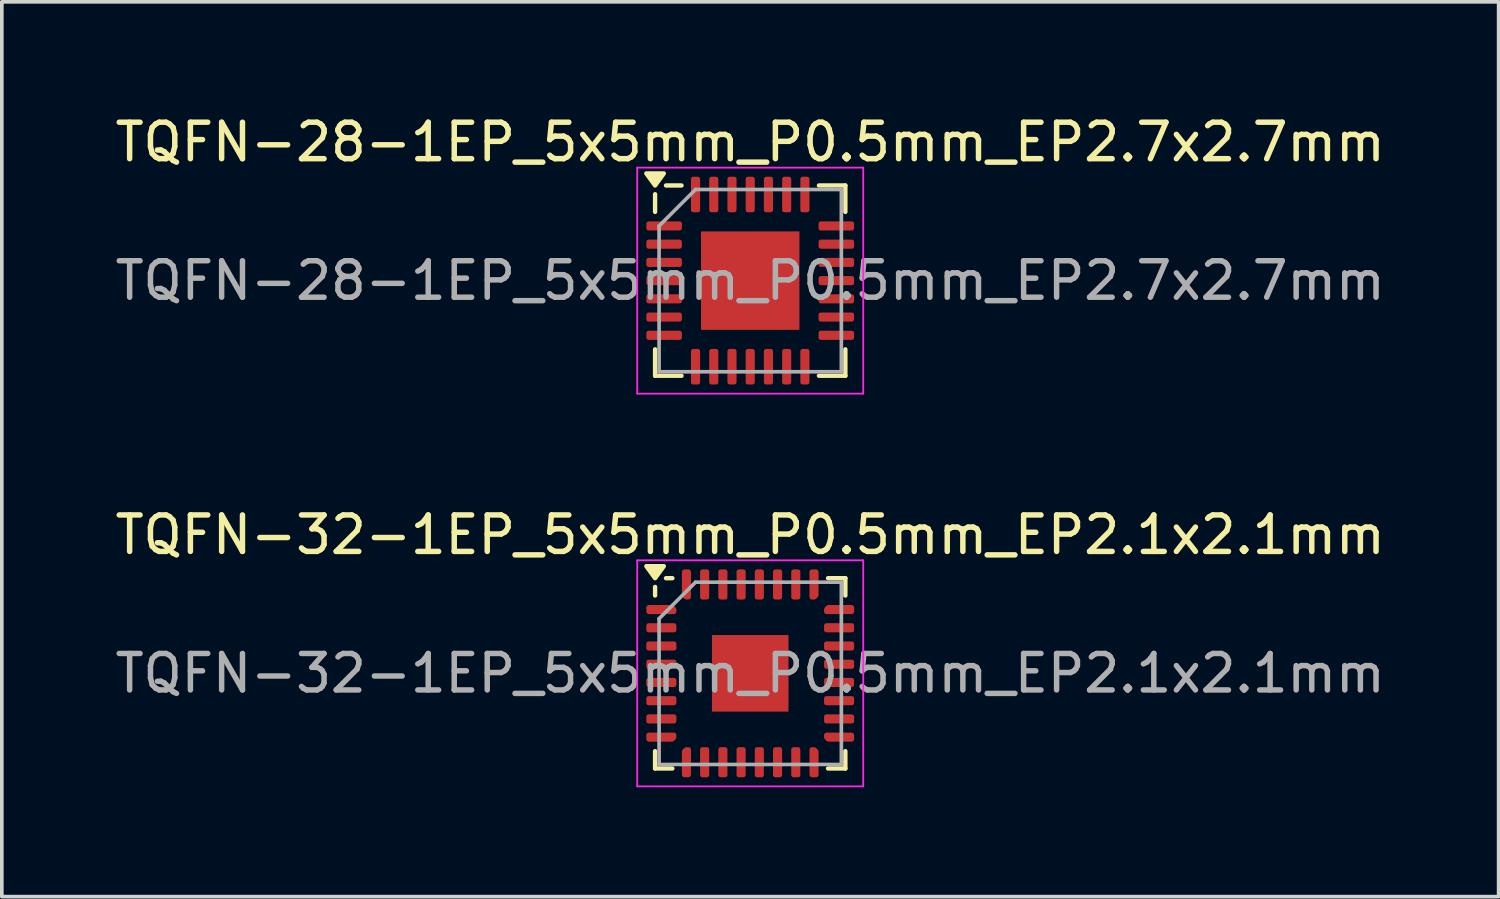
<source format=kicad_pcb>
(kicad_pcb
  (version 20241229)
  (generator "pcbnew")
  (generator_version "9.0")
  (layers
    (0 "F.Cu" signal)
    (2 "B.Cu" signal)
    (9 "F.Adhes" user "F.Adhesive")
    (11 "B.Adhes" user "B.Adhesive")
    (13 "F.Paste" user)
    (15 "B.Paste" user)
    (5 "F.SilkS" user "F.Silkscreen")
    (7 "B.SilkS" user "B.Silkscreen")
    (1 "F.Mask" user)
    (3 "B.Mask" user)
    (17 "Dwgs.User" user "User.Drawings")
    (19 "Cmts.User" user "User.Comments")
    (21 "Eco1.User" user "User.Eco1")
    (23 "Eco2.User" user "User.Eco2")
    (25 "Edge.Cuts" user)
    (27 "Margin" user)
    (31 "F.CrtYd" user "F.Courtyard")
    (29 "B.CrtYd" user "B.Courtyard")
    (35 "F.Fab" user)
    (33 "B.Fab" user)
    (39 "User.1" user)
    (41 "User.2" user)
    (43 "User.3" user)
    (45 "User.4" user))
  (footprint "TQFN-28-1EP_5x5mm_P0.5mm_EP2.7x2.7mm"
    (layer "F.Cu")
    (at 17.53 4.648)
    (property "Reference" "TQFN-28-1EP_5x5mm_P0.5mm_EP2.7x2.7mm" (at 0 -3.8 0) (layer "F.SilkS") (effects (font (size 1 1) (thickness 0.15))))
    (attr smd)
    (fp_line (start -2.61 -1.885) (end -2.61 -2.37) (stroke (width 0.12) (type solid)) (layer "F.SilkS"))
    (fp_line (start -2.61 2.61) (end -2.61 1.885) (stroke (width 0.12) (type solid)) (layer "F.SilkS"))
    (fp_line (start -1.885 -2.61) (end -2.31 -2.61) (stroke (width 0.12) (type solid)) (layer "F.SilkS"))
    (fp_line (start -1.885 2.61) (end -2.61 2.61) (stroke (width 0.12) (type solid)) (layer "F.SilkS"))
    (fp_line (start 1.885 -2.61) (end 2.61 -2.61) (stroke (width 0.12) (type solid)) (layer "F.SilkS"))
    (fp_line (start 1.885 2.61) (end 2.61 2.61) (stroke (width 0.12) (type solid)) (layer "F.SilkS"))
    (fp_line (start 2.61 -2.61) (end 2.61 -1.885) (stroke (width 0.12) (type solid)) (layer "F.SilkS"))
    (fp_line (start 2.61 2.61) (end 2.61 1.885) (stroke (width 0.12) (type solid)) (layer "F.SilkS"))
    (fp_poly (pts (xy -2.61 -2.61) (xy -2.85 -2.94) (xy -2.37 -2.94) (xy -2.61 -2.61)) (stroke (width 0.12) (type solid)) (fill yes) (layer "F.SilkS"))
    (fp_line (start -3.1 -3.1) (end -3.1 3.1) (stroke (width 0.05) (type solid)) (layer "F.CrtYd"))
    (fp_line (start -3.1 3.1) (end 3.1 3.1) (stroke (width 0.05) (type solid)) (layer "F.CrtYd"))
    (fp_line (start 3.1 -3.1) (end -3.1 -3.1) (stroke (width 0.05) (type solid)) (layer "F.CrtYd"))
    (fp_line (start 3.1 3.1) (end 3.1 -3.1) (stroke (width 0.05) (type solid)) (layer "F.CrtYd"))
    (fp_line (start -2.5 -1.5) (end -1.5 -2.5) (stroke (width 0.1) (type solid)) (layer "F.Fab"))
    (fp_line (start -2.5 2.5) (end -2.5 -1.5) (stroke (width 0.1) (type solid)) (layer "F.Fab"))
    (fp_line (start -1.5 -2.5) (end 2.5 -2.5) (stroke (width 0.1) (type solid)) (layer "F.Fab"))
    (fp_line (start 2.5 -2.5) (end 2.5 2.5) (stroke (width 0.1) (type solid)) (layer "F.Fab"))
    (fp_line (start 2.5 2.5) (end -2.5 2.5) (stroke (width 0.1) (type solid)) (layer "F.Fab"))
    (fp_text user "${REFERENCE}" (at 0 0 0) (layer "F.Fab") (effects (font (size 1 1) (thickness 0.15))))
    (pad "" smd roundrect (at -0.675 -0.675) (size 1.09 1.09) (layers "F.Paste") (roundrect_rratio 0.229))
    (pad "" smd roundrect (at -0.675 0.675) (size 1.09 1.09) (layers "F.Paste") (roundrect_rratio 0.229))
    (pad "" smd roundrect (at 0.675 -0.675) (size 1.09 1.09) (layers "F.Paste") (roundrect_rratio 0.229))
    (pad "" smd roundrect (at 0.675 0.675) (size 1.09 1.09) (layers "F.Paste") (roundrect_rratio 0.229))
    (pad "1" smd roundrect (at -2.362 -1.5) (size 0.975 0.25) (layers "F.Cu" "F.Mask" "F.Paste") (roundrect_rratio 0.25))
    (pad "2" smd roundrect (at -2.362 -1) (size 0.975 0.25) (layers "F.Cu" "F.Mask" "F.Paste") (roundrect_rratio 0.25))
    (pad "3" smd roundrect (at -2.362 -0.5) (size 0.975 0.25) (layers "F.Cu" "F.Mask" "F.Paste") (roundrect_rratio 0.25))
    (pad "4" smd roundrect (at -2.362 0) (size 0.975 0.25) (layers "F.Cu" "F.Mask" "F.Paste") (roundrect_rratio 0.25))
    (pad "5" smd roundrect (at -2.362 0.5) (size 0.975 0.25) (layers "F.Cu" "F.Mask" "F.Paste") (roundrect_rratio 0.25))
    (pad "6" smd roundrect (at -2.362 1) (size 0.975 0.25) (layers "F.Cu" "F.Mask" "F.Paste") (roundrect_rratio 0.25))
    (pad "7" smd roundrect (at -2.362 1.5) (size 0.975 0.25) (layers "F.Cu" "F.Mask" "F.Paste") (roundrect_rratio 0.25))
    (pad "8" smd roundrect (at -1.5 2.362) (size 0.25 0.975) (layers "F.Cu" "F.Mask" "F.Paste") (roundrect_rratio 0.25))
    (pad "9" smd roundrect (at -1 2.362) (size 0.25 0.975) (layers "F.Cu" "F.Mask" "F.Paste") (roundrect_rratio 0.25))
    (pad "10" smd roundrect (at -0.5 2.362) (size 0.25 0.975) (layers "F.Cu" "F.Mask" "F.Paste") (roundrect_rratio 0.25))
    (pad "11" smd roundrect (at 0 2.362) (size 0.25 0.975) (layers "F.Cu" "F.Mask" "F.Paste") (roundrect_rratio 0.25))
    (pad "12" smd roundrect (at 0.5 2.362) (size 0.25 0.975) (layers "F.Cu" "F.Mask" "F.Paste") (roundrect_rratio 0.25))
    (pad "13" smd roundrect (at 1 2.362) (size 0.25 0.975) (layers "F.Cu" "F.Mask" "F.Paste") (roundrect_rratio 0.25))
    (pad "14" smd roundrect (at 1.5 2.362) (size 0.25 0.975) (layers "F.Cu" "F.Mask" "F.Paste") (roundrect_rratio 0.25))
    (pad "15" smd roundrect (at 2.362 1.5) (size 0.975 0.25) (layers "F.Cu" "F.Mask" "F.Paste") (roundrect_rratio 0.25))
    (pad "16" smd roundrect (at 2.362 1) (size 0.975 0.25) (layers "F.Cu" "F.Mask" "F.Paste") (roundrect_rratio 0.25))
    (pad "17" smd roundrect (at 2.362 0.5) (size 0.975 0.25) (layers "F.Cu" "F.Mask" "F.Paste") (roundrect_rratio 0.25))
    (pad "18" smd roundrect (at 2.362 0) (size 0.975 0.25) (layers "F.Cu" "F.Mask" "F.Paste") (roundrect_rratio 0.25))
    (pad "19" smd roundrect (at 2.362 -0.5) (size 0.975 0.25) (layers "F.Cu" "F.Mask" "F.Paste") (roundrect_rratio 0.25))
    (pad "20" smd roundrect (at 2.362 -1) (size 0.975 0.25) (layers "F.Cu" "F.Mask" "F.Paste") (roundrect_rratio 0.25))
    (pad "21" smd roundrect (at 2.362 -1.5) (size 0.975 0.25) (layers "F.Cu" "F.Mask" "F.Paste") (roundrect_rratio 0.25))
    (pad "22" smd roundrect (at 1.5 -2.362) (size 0.25 0.975) (layers "F.Cu" "F.Mask" "F.Paste") (roundrect_rratio 0.25))
    (pad "23" smd roundrect (at 1 -2.362) (size 0.25 0.975) (layers "F.Cu" "F.Mask" "F.Paste") (roundrect_rratio 0.25))
    (pad "24" smd roundrect (at 0.5 -2.362) (size 0.25 0.975) (layers "F.Cu" "F.Mask" "F.Paste") (roundrect_rratio 0.25))
    (pad "25" smd roundrect (at 0 -2.362) (size 0.25 0.975) (layers "F.Cu" "F.Mask" "F.Paste") (roundrect_rratio 0.25))
    (pad "26" smd roundrect (at -0.5 -2.362) (size 0.25 0.975) (layers "F.Cu" "F.Mask" "F.Paste") (roundrect_rratio 0.25))
    (pad "27" smd roundrect (at -1 -2.362) (size 0.25 0.975) (layers "F.Cu" "F.Mask" "F.Paste") (roundrect_rratio 0.25))
    (pad "28" smd roundrect (at -1.5 -2.362) (size 0.25 0.975) (layers "F.Cu" "F.Mask" "F.Paste") (roundrect_rratio 0.25))
    (pad "29" smd rect (at 0 0) (size 2.7 2.7) (property pad_prop_heatsink) (layers "F.Cu" "F.Mask")))
  (footprint "TQFN-32-1EP_5x5mm_P0.5mm_EP2.1x2.1mm"
    (layer "F.Cu")
    (at 17.53 15.421)
    (property "Reference" "TQFN-32-1EP_5x5mm_P0.5mm_EP2.1x2.1mm" (at 0 -3.8 0) (layer "F.SilkS") (effects (font (size 1 1) (thickness 0.15))))
    (attr smd)
    (fp_line (start -2.61 -2.135) (end -2.61 -2.37) (stroke (width 0.12) (type solid)) (layer "F.SilkS"))
    (fp_line (start -2.61 2.61) (end -2.61 2.135) (stroke (width 0.12) (type solid)) (layer "F.SilkS"))
    (fp_line (start -2.135 -2.61) (end -2.31 -2.61) (stroke (width 0.12) (type solid)) (layer "F.SilkS"))
    (fp_line (start -2.135 2.61) (end -2.61 2.61) (stroke (width 0.12) (type solid)) (layer "F.SilkS"))
    (fp_line (start 2.135 -2.61) (end 2.61 -2.61) (stroke (width 0.12) (type solid)) (layer "F.SilkS"))
    (fp_line (start 2.135 2.61) (end 2.61 2.61) (stroke (width 0.12) (type solid)) (layer "F.SilkS"))
    (fp_line (start 2.61 -2.61) (end 2.61 -2.135) (stroke (width 0.12) (type solid)) (layer "F.SilkS"))
    (fp_line (start 2.61 2.61) (end 2.61 2.135) (stroke (width 0.12) (type solid)) (layer "F.SilkS"))
    (fp_poly (pts (xy -2.61 -2.61) (xy -2.85 -2.94) (xy -2.37 -2.94) (xy -2.61 -2.61)) (stroke (width 0.12) (type solid)) (fill yes) (layer "F.SilkS"))
    (fp_line (start -3.1 -3.1) (end -3.1 3.1) (stroke (width 0.05) (type solid)) (layer "F.CrtYd"))
    (fp_line (start -3.1 3.1) (end 3.1 3.1) (stroke (width 0.05) (type solid)) (layer "F.CrtYd"))
    (fp_line (start 3.1 -3.1) (end -3.1 -3.1) (stroke (width 0.05) (type solid)) (layer "F.CrtYd"))
    (fp_line (start 3.1 3.1) (end 3.1 -3.1) (stroke (width 0.05) (type solid)) (layer "F.CrtYd"))
    (fp_line (start -2.5 -1.5) (end -1.5 -2.5) (stroke (width 0.1) (type solid)) (layer "F.Fab"))
    (fp_line (start -2.5 2.5) (end -2.5 -1.5) (stroke (width 0.1) (type solid)) (layer "F.Fab"))
    (fp_line (start -1.5 -2.5) (end 2.5 -2.5) (stroke (width 0.1) (type solid)) (layer "F.Fab"))
    (fp_line (start 2.5 -2.5) (end 2.5 2.5) (stroke (width 0.1) (type solid)) (layer "F.Fab"))
    (fp_line (start 2.5 2.5) (end -2.5 2.5) (stroke (width 0.1) (type solid)) (layer "F.Fab"))
    (fp_text user "${REFERENCE}" (at 0 0 0) (layer "F.Fab") (effects (font (size 1 1) (thickness 0.15))))
    (pad "" smd roundrect (at -0.525 -0.525) (size 0.85 0.85) (layers "F.Paste") (roundrect_rratio 0.25))
    (pad "" smd roundrect (at -0.525 0.525) (size 0.85 0.85) (layers "F.Paste") (roundrect_rratio 0.25))
    (pad "" smd roundrect (at 0.525 -0.525) (size 0.85 0.85) (layers "F.Paste") (roundrect_rratio 0.25))
    (pad "" smd roundrect (at 0.525 0.525) (size 0.85 0.85) (layers "F.Paste") (roundrect_rratio 0.25))
    (pad "1" smd custom (at -2.438 -1.75) (size 0.186 0.186) (layers "F.Cu" "F.Mask" "F.Paste") (options (anchor circle)) (primitives (gr_poly (pts (xy -0.35 -0.062) (xy 0.297 -0.062) (xy 0.35 -0.009) (xy 0.35 0.062) (xy -0.35 0.062)) (width 0.125) (fill yes))))
    (pad "2" smd roundrect (at -2.438 -1.25) (size 0.825 0.25) (layers "F.Cu" "F.Mask" "F.Paste") (roundrect_rratio 0.25))
    (pad "3" smd roundrect (at -2.438 -0.75) (size 0.825 0.25) (layers "F.Cu" "F.Mask" "F.Paste") (roundrect_rratio 0.25))
    (pad "4" smd roundrect (at -2.438 -0.25) (size 0.825 0.25) (layers "F.Cu" "F.Mask" "F.Paste") (roundrect_rratio 0.25))
    (pad "5" smd roundrect (at -2.438 0.25) (size 0.825 0.25) (layers "F.Cu" "F.Mask" "F.Paste") (roundrect_rratio 0.25))
    (pad "6" smd roundrect (at -2.438 0.75) (size 0.825 0.25) (layers "F.Cu" "F.Mask" "F.Paste") (roundrect_rratio 0.25))
    (pad "7" smd roundrect (at -2.438 1.25) (size 0.825 0.25) (layers "F.Cu" "F.Mask" "F.Paste") (roundrect_rratio 0.25))
    (pad "8" smd custom (at -2.438 1.75) (size 0.186 0.186) (layers "F.Cu" "F.Mask" "F.Paste") (options (anchor circle)) (primitives (gr_poly (pts (xy -0.35 -0.062) (xy 0.35 -0.062) (xy 0.35 0.009) (xy 0.297 0.062) (xy -0.35 0.062)) (width 0.125) (fill yes))))
    (pad "9" smd custom (at -1.75 2.438) (size 0.186 0.186) (layers "F.Cu" "F.Mask" "F.Paste") (options (anchor circle)) (primitives (gr_poly (pts (xy -0.062 -0.297) (xy -0.009 -0.35) (xy 0.062 -0.35) (xy 0.062 0.35) (xy -0.062 0.35)) (width 0.125) (fill yes))))
    (pad "10" smd roundrect (at -1.25 2.438) (size 0.25 0.825) (layers "F.Cu" "F.Mask" "F.Paste") (roundrect_rratio 0.25))
    (pad "11" smd roundrect (at -0.75 2.438) (size 0.25 0.825) (layers "F.Cu" "F.Mask" "F.Paste") (roundrect_rratio 0.25))
    (pad "12" smd roundrect (at -0.25 2.438) (size 0.25 0.825) (layers "F.Cu" "F.Mask" "F.Paste") (roundrect_rratio 0.25))
    (pad "13" smd roundrect (at 0.25 2.438) (size 0.25 0.825) (layers "F.Cu" "F.Mask" "F.Paste") (roundrect_rratio 0.25))
    (pad "14" smd roundrect (at 0.75 2.438) (size 0.25 0.825) (layers "F.Cu" "F.Mask" "F.Paste") (roundrect_rratio 0.25))
    (pad "15" smd roundrect (at 1.25 2.438) (size 0.25 0.825) (layers "F.Cu" "F.Mask" "F.Paste") (roundrect_rratio 0.25))
    (pad "16" smd custom (at 1.75 2.438) (size 0.186 0.186) (layers "F.Cu" "F.Mask" "F.Paste") (options (anchor circle)) (primitives (gr_poly (pts (xy -0.062 -0.35) (xy 0.009 -0.35) (xy 0.062 -0.297) (xy 0.062 0.35) (xy -0.062 0.35)) (width 0.125) (fill yes))))
    (pad "17" smd custom (at 2.438 1.75) (size 0.186 0.186) (layers "F.Cu" "F.Mask" "F.Paste") (options (anchor circle)) (primitives (gr_poly (pts (xy -0.35 -0.062) (xy 0.35 -0.062) (xy 0.35 0.062) (xy -0.297 0.062) (xy -0.35 0.009)) (width 0.125) (fill yes))))
    (pad "18" smd roundrect (at 2.438 1.25) (size 0.825 0.25) (layers "F.Cu" "F.Mask" "F.Paste") (roundrect_rratio 0.25))
    (pad "19" smd roundrect (at 2.438 0.75) (size 0.825 0.25) (layers "F.Cu" "F.Mask" "F.Paste") (roundrect_rratio 0.25))
    (pad "20" smd roundrect (at 2.438 0.25) (size 0.825 0.25) (layers "F.Cu" "F.Mask" "F.Paste") (roundrect_rratio 0.25))
    (pad "21" smd roundrect (at 2.438 -0.25) (size 0.825 0.25) (layers "F.Cu" "F.Mask" "F.Paste") (roundrect_rratio 0.25))
    (pad "22" smd roundrect (at 2.438 -0.75) (size 0.825 0.25) (layers "F.Cu" "F.Mask" "F.Paste") (roundrect_rratio 0.25))
    (pad "23" smd roundrect (at 2.438 -1.25) (size 0.825 0.25) (layers "F.Cu" "F.Mask" "F.Paste") (roundrect_rratio 0.25))
    (pad "24" smd custom (at 2.438 -1.75) (size 0.186 0.186) (layers "F.Cu" "F.Mask" "F.Paste") (options (anchor circle)) (primitives (gr_poly (pts (xy -0.35 -0.009) (xy -0.297 -0.062) (xy 0.35 -0.062) (xy 0.35 0.062) (xy -0.35 0.062)) (width 0.125) (fill yes))))
    (pad "25" smd custom (at 1.75 -2.438) (size 0.186 0.186) (layers "F.Cu" "F.Mask" "F.Paste") (options (anchor circle)) (primitives (gr_poly (pts (xy -0.062 -0.35) (xy 0.062 -0.35) (xy 0.062 0.297) (xy 0.009 0.35) (xy -0.062 0.35)) (width 0.125) (fill yes))))
    (pad "26" smd roundrect (at 1.25 -2.438) (size 0.25 0.825) (layers "F.Cu" "F.Mask" "F.Paste") (roundrect_rratio 0.25))
    (pad "27" smd roundrect (at 0.75 -2.438) (size 0.25 0.825) (layers "F.Cu" "F.Mask" "F.Paste") (roundrect_rratio 0.25))
    (pad "28" smd roundrect (at 0.25 -2.438) (size 0.25 0.825) (layers "F.Cu" "F.Mask" "F.Paste") (roundrect_rratio 0.25))
    (pad "29" smd roundrect (at -0.25 -2.438) (size 0.25 0.825) (layers "F.Cu" "F.Mask" "F.Paste") (roundrect_rratio 0.25))
    (pad "30" smd roundrect (at -0.75 -2.438) (size 0.25 0.825) (layers "F.Cu" "F.Mask" "F.Paste") (roundrect_rratio 0.25))
    (pad "31" smd roundrect (at -1.25 -2.438) (size 0.25 0.825) (layers "F.Cu" "F.Mask" "F.Paste") (roundrect_rratio 0.25))
    (pad "32" smd custom (at -1.75 -2.438) (size 0.186 0.186) (layers "F.Cu" "F.Mask" "F.Paste") (options (anchor circle)) (primitives (gr_poly (pts (xy -0.062 -0.35) (xy 0.062 -0.35) (xy 0.062 0.35) (xy -0.009 0.35) (xy -0.062 0.297)) (width 0.125) (fill yes))))
    (pad "33" smd rect (at 0 0) (size 2.1 2.1) (property pad_prop_heatsink) (layers "F.Cu" "F.Mask")))
  (gr_rect
    (start -3 -3)
    (end 38.06 21.547)
    (stroke (width 0.1) (type default))
    (fill no)
    (layer "Edge.Cuts")))
</source>
